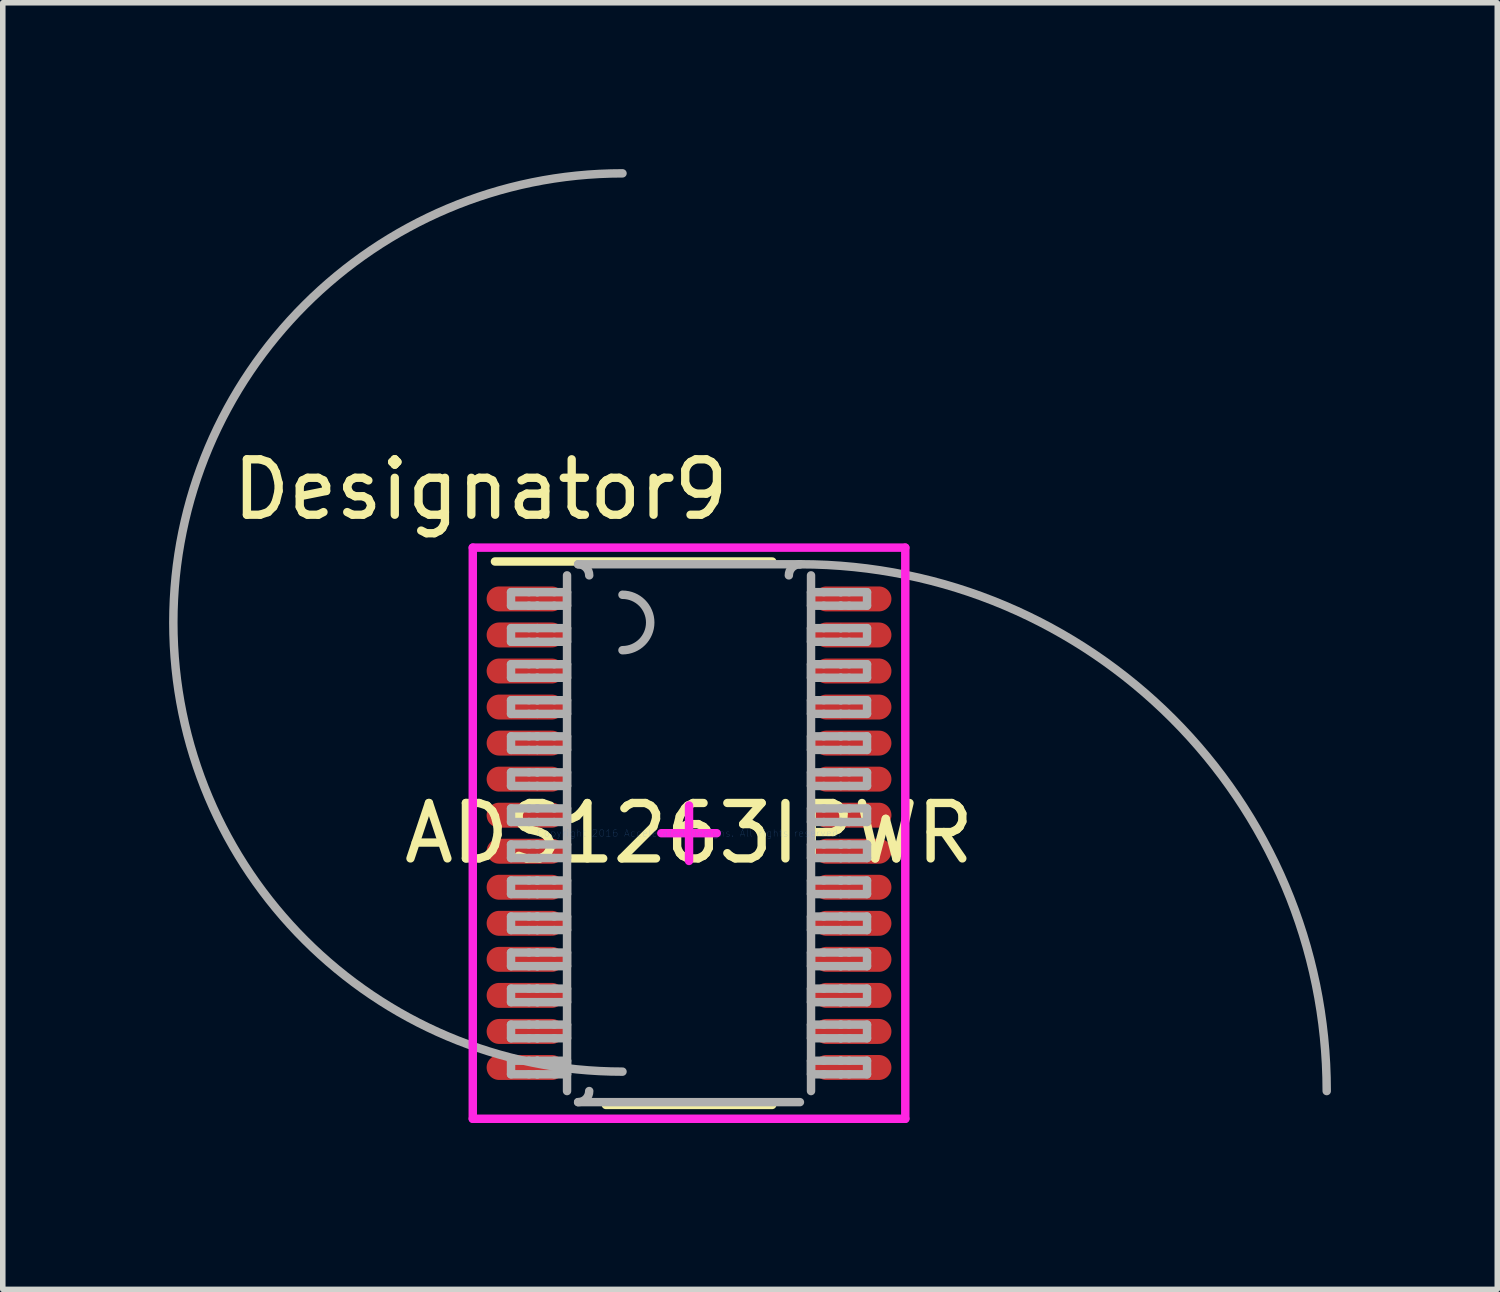
<source format=kicad_pcb>
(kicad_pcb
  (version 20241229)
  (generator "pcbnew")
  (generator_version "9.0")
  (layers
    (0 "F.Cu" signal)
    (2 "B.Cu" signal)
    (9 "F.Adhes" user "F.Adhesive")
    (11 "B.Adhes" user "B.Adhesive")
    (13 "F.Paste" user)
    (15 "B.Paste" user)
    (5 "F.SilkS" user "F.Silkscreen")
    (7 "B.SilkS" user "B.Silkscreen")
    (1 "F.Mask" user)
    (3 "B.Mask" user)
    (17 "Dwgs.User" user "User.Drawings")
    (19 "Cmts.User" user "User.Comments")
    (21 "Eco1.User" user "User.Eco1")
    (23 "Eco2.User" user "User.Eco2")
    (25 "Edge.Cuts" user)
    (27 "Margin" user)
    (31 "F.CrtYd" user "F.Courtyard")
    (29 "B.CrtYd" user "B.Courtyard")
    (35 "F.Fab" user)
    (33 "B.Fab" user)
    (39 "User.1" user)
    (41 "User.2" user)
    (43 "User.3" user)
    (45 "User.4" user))
  (footprint "ADS1263IPWR"
    (layer "F.Cu")
    (at 9.376 11.976)
    (property "Reference" "ADS1263IPWR" (at 0 0 0) (layer "F.SilkS") (effects (font (size 1 1) (thickness 0.15))))
    (attr through_hole)
    (fp_line (start -3.5 -4.9) (end 1.5 -4.9) (stroke (width 0.152) (type solid)) (layer "F.SilkS"))
    (fp_line (start -1.5 4.9) (end 1.5 4.9) (stroke (width 0.152) (type solid)) (layer "F.SilkS"))
    (fp_line (start -3.9 -5.15) (end 3.9 -5.15) (stroke (width 0.152) (type solid)) (layer "F.CrtYd"))
    (fp_line (start -3.9 5.15) (end -3.9 -5.15) (stroke (width 0.152) (type solid)) (layer "F.CrtYd"))
    (fp_line (start -3.9 5.15) (end 3.9 5.15) (stroke (width 0.152) (type solid)) (layer "F.CrtYd"))
    (fp_line (start -0.5 0) (end 0.5 0) (stroke (width 0.152) (type solid)) (layer "F.CrtYd"))
    (fp_line (start -0.000003 0.5) (end -0.000003 -0.5) (stroke (width 0.152) (type solid)) (layer "F.CrtYd"))
    (fp_line (start 3.9 5.15) (end 3.9 -5.15) (stroke (width 0.152) (type solid)) (layer "F.CrtYd"))
    (fp_line (start -3.21 -4.347) (end -2.887 -4.347) (stroke (width 0.152) (type solid)) (layer "F.Fab"))
    (fp_line (start -3.21 -4.103) (end -3.21 -4.347) (stroke (width 0.152) (type solid)) (layer "F.Fab"))
    (fp_line (start -3.21 -4.103) (end -2.887 -4.103) (stroke (width 0.152) (type solid)) (layer "F.Fab"))
    (fp_line (start -3.21 -3.698) (end -2.887 -3.698) (stroke (width 0.152) (type solid)) (layer "F.Fab"))
    (fp_line (start -3.21 -3.452) (end -3.21 -3.698) (stroke (width 0.152) (type solid)) (layer "F.Fab"))
    (fp_line (start -3.21 -3.452) (end -2.887 -3.452) (stroke (width 0.152) (type solid)) (layer "F.Fab"))
    (fp_line (start -3.21 -3.047) (end -2.887 -3.047) (stroke (width 0.152) (type solid)) (layer "F.Fab"))
    (fp_line (start -3.21 -2.803) (end -3.21 -3.047) (stroke (width 0.152) (type solid)) (layer "F.Fab"))
    (fp_line (start -3.21 -2.803) (end -2.887 -2.803) (stroke (width 0.152) (type solid)) (layer "F.Fab"))
    (fp_line (start -3.21 -2.398) (end -2.887 -2.398) (stroke (width 0.152) (type solid)) (layer "F.Fab"))
    (fp_line (start -3.21 -2.152) (end -3.21 -2.398) (stroke (width 0.152) (type solid)) (layer "F.Fab"))
    (fp_line (start -3.21 -2.152) (end -2.887 -2.152) (stroke (width 0.152) (type solid)) (layer "F.Fab"))
    (fp_line (start -3.21 -1.747) (end -2.887 -1.747) (stroke (width 0.152) (type solid)) (layer "F.Fab"))
    (fp_line (start -3.21 -1.502) (end -3.21 -1.747) (stroke (width 0.152) (type solid)) (layer "F.Fab"))
    (fp_line (start -3.21 -1.502) (end -2.887 -1.502) (stroke (width 0.152) (type solid)) (layer "F.Fab"))
    (fp_line (start -3.21 -1.098) (end -2.887 -1.098) (stroke (width 0.152) (type solid)) (layer "F.Fab"))
    (fp_line (start -3.21 -0.852) (end -3.21 -1.098) (stroke (width 0.152) (type solid)) (layer "F.Fab"))
    (fp_line (start -3.21 -0.852) (end -2.887 -0.852) (stroke (width 0.152) (type solid)) (layer "F.Fab"))
    (fp_line (start -3.21 -0.447) (end -2.887 -0.447) (stroke (width 0.152) (type solid)) (layer "F.Fab"))
    (fp_line (start -3.21 -0.202) (end -3.21 -0.447) (stroke (width 0.152) (type solid)) (layer "F.Fab"))
    (fp_line (start -3.21 -0.202) (end -2.887 -0.202) (stroke (width 0.152) (type solid)) (layer "F.Fab"))
    (fp_line (start -3.21 0.203) (end -2.887 0.203) (stroke (width 0.152) (type solid)) (layer "F.Fab"))
    (fp_line (start -3.21 0.448) (end -3.21 0.203) (stroke (width 0.152) (type solid)) (layer "F.Fab"))
    (fp_line (start -3.21 0.448) (end -2.887 0.448) (stroke (width 0.152) (type solid)) (layer "F.Fab"))
    (fp_line (start -3.21 0.853) (end -2.887 0.853) (stroke (width 0.152) (type solid)) (layer "F.Fab"))
    (fp_line (start -3.21 1.098) (end -3.21 0.853) (stroke (width 0.152) (type solid)) (layer "F.Fab"))
    (fp_line (start -3.21 1.098) (end -2.887 1.098) (stroke (width 0.152) (type solid)) (layer "F.Fab"))
    (fp_line (start -3.21 1.503) (end -2.887 1.503) (stroke (width 0.152) (type solid)) (layer "F.Fab"))
    (fp_line (start -3.21 1.747) (end -3.21 1.503) (stroke (width 0.152) (type solid)) (layer "F.Fab"))
    (fp_line (start -3.21 1.747) (end -2.887 1.747) (stroke (width 0.152) (type solid)) (layer "F.Fab"))
    (fp_line (start -3.21 2.152) (end -2.887 2.152) (stroke (width 0.152) (type solid)) (layer "F.Fab"))
    (fp_line (start -3.21 2.398) (end -3.21 2.152) (stroke (width 0.152) (type solid)) (layer "F.Fab"))
    (fp_line (start -3.21 2.398) (end -2.887 2.398) (stroke (width 0.152) (type solid)) (layer "F.Fab"))
    (fp_line (start -3.21 2.803) (end -2.887 2.803) (stroke (width 0.152) (type solid)) (layer "F.Fab"))
    (fp_line (start -3.21 3.047) (end -3.21 2.803) (stroke (width 0.152) (type solid)) (layer "F.Fab"))
    (fp_line (start -3.21 3.047) (end -2.887 3.047) (stroke (width 0.152) (type solid)) (layer "F.Fab"))
    (fp_line (start -3.21 3.452) (end -2.887 3.452) (stroke (width 0.152) (type solid)) (layer "F.Fab"))
    (fp_line (start -3.21 3.698) (end -3.21 3.452) (stroke (width 0.152) (type solid)) (layer "F.Fab"))
    (fp_line (start -3.21 3.698) (end -2.887 3.698) (stroke (width 0.152) (type solid)) (layer "F.Fab"))
    (fp_line (start -3.21 4.103) (end -2.887 4.103) (stroke (width 0.152) (type solid)) (layer "F.Fab"))
    (fp_line (start -3.21 4.348) (end -3.21 4.103) (stroke (width 0.152) (type solid)) (layer "F.Fab"))
    (fp_line (start -3.21 4.348) (end -2.887 4.348) (stroke (width 0.152) (type solid)) (layer "F.Fab"))
    (fp_line (start -2.887 -4.347) (end -2.739 -4.347) (stroke (width 0.152) (type solid)) (layer "F.Fab"))
    (fp_line (start -2.887 -4.103) (end -2.739 -4.103) (stroke (width 0.152) (type solid)) (layer "F.Fab"))
    (fp_line (start -2.887 -3.698) (end -2.739 -3.698) (stroke (width 0.152) (type solid)) (layer "F.Fab"))
    (fp_line (start -2.887 -3.452) (end -2.739 -3.452) (stroke (width 0.152) (type solid)) (layer "F.Fab"))
    (fp_line (start -2.887 -3.047) (end -2.739 -3.047) (stroke (width 0.152) (type solid)) (layer "F.Fab"))
    (fp_line (start -2.887 -2.803) (end -2.739 -2.803) (stroke (width 0.152) (type solid)) (layer "F.Fab"))
    (fp_line (start -2.887 -2.398) (end -2.739 -2.398) (stroke (width 0.152) (type solid)) (layer "F.Fab"))
    (fp_line (start -2.887 -2.152) (end -2.739 -2.152) (stroke (width 0.152) (type solid)) (layer "F.Fab"))
    (fp_line (start -2.887 -1.747) (end -2.739 -1.747) (stroke (width 0.152) (type solid)) (layer "F.Fab"))
    (fp_line (start -2.887 -1.502) (end -2.739 -1.502) (stroke (width 0.152) (type solid)) (layer "F.Fab"))
    (fp_line (start -2.887 -1.098) (end -2.739 -1.098) (stroke (width 0.152) (type solid)) (layer "F.Fab"))
    (fp_line (start -2.887 -0.852) (end -2.739 -0.852) (stroke (width 0.152) (type solid)) (layer "F.Fab"))
    (fp_line (start -2.887 -0.447) (end -2.739 -0.447) (stroke (width 0.152) (type solid)) (layer "F.Fab"))
    (fp_line (start -2.887 -0.202) (end -2.739 -0.202) (stroke (width 0.152) (type solid)) (layer "F.Fab"))
    (fp_line (start -2.887 0.203) (end -2.739 0.203) (stroke (width 0.152) (type solid)) (layer "F.Fab"))
    (fp_line (start -2.887 0.448) (end -2.739 0.448) (stroke (width 0.152) (type solid)) (layer "F.Fab"))
    (fp_line (start -2.887 0.853) (end -2.739 0.853) (stroke (width 0.152) (type solid)) (layer "F.Fab"))
    (fp_line (start -2.887 1.098) (end -2.739 1.098) (stroke (width 0.152) (type solid)) (layer "F.Fab"))
    (fp_line (start -2.887 1.503) (end -2.739 1.503) (stroke (width 0.152) (type solid)) (layer "F.Fab"))
    (fp_line (start -2.887 1.747) (end -2.739 1.747) (stroke (width 0.152) (type solid)) (layer "F.Fab"))
    (fp_line (start -2.887 2.152) (end -2.739 2.152) (stroke (width 0.152) (type solid)) (layer "F.Fab"))
    (fp_line (start -2.887 2.398) (end -2.739 2.398) (stroke (width 0.152) (type solid)) (layer "F.Fab"))
    (fp_line (start -2.887 2.803) (end -2.739 2.803) (stroke (width 0.152) (type solid)) (layer "F.Fab"))
    (fp_line (start -2.887 3.047) (end -2.739 3.047) (stroke (width 0.152) (type solid)) (layer "F.Fab"))
    (fp_line (start -2.887 3.452) (end -2.739 3.452) (stroke (width 0.152) (type solid)) (layer "F.Fab"))
    (fp_line (start -2.887 3.698) (end -2.739 3.698) (stroke (width 0.152) (type solid)) (layer "F.Fab"))
    (fp_line (start -2.887 4.103) (end -2.739 4.103) (stroke (width 0.152) (type solid)) (layer "F.Fab"))
    (fp_line (start -2.887 4.348) (end -2.739 4.348) (stroke (width 0.152) (type solid)) (layer "F.Fab"))
    (fp_line (start -2.739 -4.347) (end -2.733 -4.347) (stroke (width 0.152) (type solid)) (layer "F.Fab"))
    (fp_line (start -2.739 -4.103) (end -2.733 -4.103) (stroke (width 0.152) (type solid)) (layer "F.Fab"))
    (fp_line (start -2.739 -3.698) (end -2.733 -3.698) (stroke (width 0.152) (type solid)) (layer "F.Fab"))
    (fp_line (start -2.739 -3.452) (end -2.733 -3.452) (stroke (width 0.152) (type solid)) (layer "F.Fab"))
    (fp_line (start -2.739 -3.047) (end -2.733 -3.047) (stroke (width 0.152) (type solid)) (layer "F.Fab"))
    (fp_line (start -2.739 -2.803) (end -2.733 -2.803) (stroke (width 0.152) (type solid)) (layer "F.Fab"))
    (fp_line (start -2.739 -2.398) (end -2.733 -2.398) (stroke (width 0.152) (type solid)) (layer "F.Fab"))
    (fp_line (start -2.739 -2.152) (end -2.733 -2.152) (stroke (width 0.152) (type solid)) (layer "F.Fab"))
    (fp_line (start -2.739 -1.747) (end -2.733 -1.747) (stroke (width 0.152) (type solid)) (layer "F.Fab"))
    (fp_line (start -2.739 -1.502) (end -2.733 -1.502) (stroke (width 0.152) (type solid)) (layer "F.Fab"))
    (fp_line (start -2.739 -1.098) (end -2.733 -1.098) (stroke (width 0.152) (type solid)) (layer "F.Fab"))
    (fp_line (start -2.739 -0.852) (end -2.733 -0.852) (stroke (width 0.152) (type solid)) (layer "F.Fab"))
    (fp_line (start -2.739 -0.447) (end -2.733 -0.447) (stroke (width 0.152) (type solid)) (layer "F.Fab"))
    (fp_line (start -2.739 -0.202) (end -2.733 -0.202) (stroke (width 0.152) (type solid)) (layer "F.Fab"))
    (fp_line (start -2.739 0.203) (end -2.733 0.203) (stroke (width 0.152) (type solid)) (layer "F.Fab"))
    (fp_line (start -2.739 0.448) (end -2.733 0.448) (stroke (width 0.152) (type solid)) (layer "F.Fab"))
    (fp_line (start -2.739 0.853) (end -2.733 0.853) (stroke (width 0.152) (type solid)) (layer "F.Fab"))
    (fp_line (start -2.739 1.098) (end -2.733 1.098) (stroke (width 0.152) (type solid)) (layer "F.Fab"))
    (fp_line (start -2.739 1.503) (end -2.733 1.503) (stroke (width 0.152) (type solid)) (layer "F.Fab"))
    (fp_line (start -2.739 1.747) (end -2.733 1.747) (stroke (width 0.152) (type solid)) (layer "F.Fab"))
    (fp_line (start -2.739 2.152) (end -2.733 2.152) (stroke (width 0.152) (type solid)) (layer "F.Fab"))
    (fp_line (start -2.739 2.398) (end -2.733 2.398) (stroke (width 0.152) (type solid)) (layer "F.Fab"))
    (fp_line (start -2.739 2.803) (end -2.733 2.803) (stroke (width 0.152) (type solid)) (layer "F.Fab"))
    (fp_line (start -2.739 3.047) (end -2.733 3.047) (stroke (width 0.152) (type solid)) (layer "F.Fab"))
    (fp_line (start -2.739 3.452) (end -2.733 3.452) (stroke (width 0.152) (type solid)) (layer "F.Fab"))
    (fp_line (start -2.739 3.698) (end -2.733 3.698) (stroke (width 0.152) (type solid)) (layer "F.Fab"))
    (fp_line (start -2.739 4.103) (end -2.733 4.103) (stroke (width 0.152) (type solid)) (layer "F.Fab"))
    (fp_line (start -2.739 4.348) (end -2.733 4.348) (stroke (width 0.152) (type solid)) (layer "F.Fab"))
    (fp_line (start -2.733 -4.347) (end -2.431 -4.347) (stroke (width 0.152) (type solid)) (layer "F.Fab"))
    (fp_line (start -2.733 -4.103) (end -2.431 -4.103) (stroke (width 0.152) (type solid)) (layer "F.Fab"))
    (fp_line (start -2.733 -3.698) (end -2.431 -3.698) (stroke (width 0.152) (type solid)) (layer "F.Fab"))
    (fp_line (start -2.733 -3.452) (end -2.431 -3.452) (stroke (width 0.152) (type solid)) (layer "F.Fab"))
    (fp_line (start -2.733 -3.047) (end -2.431 -3.047) (stroke (width 0.152) (type solid)) (layer "F.Fab"))
    (fp_line (start -2.733 -2.803) (end -2.431 -2.803) (stroke (width 0.152) (type solid)) (layer "F.Fab"))
    (fp_line (start -2.733 -2.398) (end -2.431 -2.398) (stroke (width 0.152) (type solid)) (layer "F.Fab"))
    (fp_line (start -2.733 -2.152) (end -2.431 -2.152) (stroke (width 0.152) (type solid)) (layer "F.Fab"))
    (fp_line (start -2.733 -1.747) (end -2.431 -1.747) (stroke (width 0.152) (type solid)) (layer "F.Fab"))
    (fp_line (start -2.733 -1.502) (end -2.431 -1.502) (stroke (width 0.152) (type solid)) (layer "F.Fab"))
    (fp_line (start -2.733 -1.098) (end -2.431 -1.098) (stroke (width 0.152) (type solid)) (layer "F.Fab"))
    (fp_line (start -2.733 -0.852) (end -2.431 -0.852) (stroke (width 0.152) (type solid)) (layer "F.Fab"))
    (fp_line (start -2.733 -0.447) (end -2.431 -0.447) (stroke (width 0.152) (type solid)) (layer "F.Fab"))
    (fp_line (start -2.733 -0.202) (end -2.431 -0.202) (stroke (width 0.152) (type solid)) (layer "F.Fab"))
    (fp_line (start -2.733 0.203) (end -2.431 0.203) (stroke (width 0.152) (type solid)) (layer "F.Fab"))
    (fp_line (start -2.733 0.448) (end -2.431 0.448) (stroke (width 0.152) (type solid)) (layer "F.Fab"))
    (fp_line (start -2.733 0.853) (end -2.431 0.853) (stroke (width 0.152) (type solid)) (layer "F.Fab"))
    (fp_line (start -2.733 1.098) (end -2.431 1.098) (stroke (width 0.152) (type solid)) (layer "F.Fab"))
    (fp_line (start -2.733 1.503) (end -2.431 1.503) (stroke (width 0.152) (type solid)) (layer "F.Fab"))
    (fp_line (start -2.733 1.747) (end -2.431 1.747) (stroke (width 0.152) (type solid)) (layer "F.Fab"))
    (fp_line (start -2.733 2.152) (end -2.431 2.152) (stroke (width 0.152) (type solid)) (layer "F.Fab"))
    (fp_line (start -2.733 2.398) (end -2.431 2.398) (stroke (width 0.152) (type solid)) (layer "F.Fab"))
    (fp_line (start -2.733 2.803) (end -2.431 2.803) (stroke (width 0.152) (type solid)) (layer "F.Fab"))
    (fp_line (start -2.733 3.047) (end -2.431 3.047) (stroke (width 0.152) (type solid)) (layer "F.Fab"))
    (fp_line (start -2.733 3.452) (end -2.431 3.452) (stroke (width 0.152) (type solid)) (layer "F.Fab"))
    (fp_line (start -2.733 3.698) (end -2.431 3.698) (stroke (width 0.152) (type solid)) (layer "F.Fab"))
    (fp_line (start -2.733 4.103) (end -2.431 4.103) (stroke (width 0.152) (type solid)) (layer "F.Fab"))
    (fp_line (start -2.733 4.348) (end -2.431 4.348) (stroke (width 0.152) (type solid)) (layer "F.Fab"))
    (fp_line (start -2.431 -4.347) (end -2.2 -4.347) (stroke (width 0.152) (type solid)) (layer "F.Fab"))
    (fp_line (start -2.431 -4.103) (end -2.2 -4.103) (stroke (width 0.152) (type solid)) (layer "F.Fab"))
    (fp_line (start -2.431 -3.698) (end -2.2 -3.698) (stroke (width 0.152) (type solid)) (layer "F.Fab"))
    (fp_line (start -2.431 -3.452) (end -2.2 -3.452) (stroke (width 0.152) (type solid)) (layer "F.Fab"))
    (fp_line (start -2.431 -3.047) (end -2.2 -3.047) (stroke (width 0.152) (type solid)) (layer "F.Fab"))
    (fp_line (start -2.431 -2.803) (end -2.2 -2.803) (stroke (width 0.152) (type solid)) (layer "F.Fab"))
    (fp_line (start -2.431 -2.398) (end -2.2 -2.398) (stroke (width 0.152) (type solid)) (layer "F.Fab"))
    (fp_line (start -2.431 -2.152) (end -2.2 -2.152) (stroke (width 0.152) (type solid)) (layer "F.Fab"))
    (fp_line (start -2.431 -1.747) (end -2.2 -1.747) (stroke (width 0.152) (type solid)) (layer "F.Fab"))
    (fp_line (start -2.431 -1.502) (end -2.2 -1.502) (stroke (width 0.152) (type solid)) (layer "F.Fab"))
    (fp_line (start -2.431 -1.098) (end -2.2 -1.098) (stroke (width 0.152) (type solid)) (layer "F.Fab"))
    (fp_line (start -2.431 -0.852) (end -2.2 -0.852) (stroke (width 0.152) (type solid)) (layer "F.Fab"))
    (fp_line (start -2.431 -0.447) (end -2.2 -0.447) (stroke (width 0.152) (type solid)) (layer "F.Fab"))
    (fp_line (start -2.431 -0.202) (end -2.2 -0.202) (stroke (width 0.152) (type solid)) (layer "F.Fab"))
    (fp_line (start -2.431 0.203) (end -2.2 0.203) (stroke (width 0.152) (type solid)) (layer "F.Fab"))
    (fp_line (start -2.431 0.448) (end -2.2 0.448) (stroke (width 0.152) (type solid)) (layer "F.Fab"))
    (fp_line (start -2.431 0.853) (end -2.2 0.853) (stroke (width 0.152) (type solid)) (layer "F.Fab"))
    (fp_line (start -2.431 1.098) (end -2.2 1.098) (stroke (width 0.152) (type solid)) (layer "F.Fab"))
    (fp_line (start -2.431 1.503) (end -2.2 1.503) (stroke (width 0.152) (type solid)) (layer "F.Fab"))
    (fp_line (start -2.431 1.747) (end -2.2 1.747) (stroke (width 0.152) (type solid)) (layer "F.Fab"))
    (fp_line (start -2.431 2.152) (end -2.2 2.152) (stroke (width 0.152) (type solid)) (layer "F.Fab"))
    (fp_line (start -2.431 2.398) (end -2.2 2.398) (stroke (width 0.152) (type solid)) (layer "F.Fab"))
    (fp_line (start -2.431 2.803) (end -2.2 2.803) (stroke (width 0.152) (type solid)) (layer "F.Fab"))
    (fp_line (start -2.431 3.047) (end -2.2 3.047) (stroke (width 0.152) (type solid)) (layer "F.Fab"))
    (fp_line (start -2.431 3.452) (end -2.2 3.452) (stroke (width 0.152) (type solid)) (layer "F.Fab"))
    (fp_line (start -2.431 3.698) (end -2.2 3.698) (stroke (width 0.152) (type solid)) (layer "F.Fab"))
    (fp_line (start -2.431 4.103) (end -2.2 4.103) (stroke (width 0.152) (type solid)) (layer "F.Fab"))
    (fp_line (start -2.431 4.348) (end -2.2 4.348) (stroke (width 0.152) (type solid)) (layer "F.Fab"))
    (fp_line (start -2.2 -4.103) (end -2.2 -4.347) (stroke (width 0.152) (type solid)) (layer "F.Fab"))
    (fp_line (start -2.2 -3.452) (end -2.2 -3.698) (stroke (width 0.152) (type solid)) (layer "F.Fab"))
    (fp_line (start -2.2 -2.803) (end -2.2 -3.047) (stroke (width 0.152) (type solid)) (layer "F.Fab"))
    (fp_line (start -2.2 -2.152) (end -2.2 -2.398) (stroke (width 0.152) (type solid)) (layer "F.Fab"))
    (fp_line (start -2.2 -1.502) (end -2.2 -1.747) (stroke (width 0.152) (type solid)) (layer "F.Fab"))
    (fp_line (start -2.2 -0.852) (end -2.2 -1.098) (stroke (width 0.152) (type solid)) (layer "F.Fab"))
    (fp_line (start -2.2 -0.202) (end -2.2 -0.447) (stroke (width 0.152) (type solid)) (layer "F.Fab"))
    (fp_line (start -2.2 0.448) (end -2.2 0.203) (stroke (width 0.152) (type solid)) (layer "F.Fab"))
    (fp_line (start -2.2 1.098) (end -2.2 0.853) (stroke (width 0.152) (type solid)) (layer "F.Fab"))
    (fp_line (start -2.2 1.747) (end -2.2 1.503) (stroke (width 0.152) (type solid)) (layer "F.Fab"))
    (fp_line (start -2.2 2.398) (end -2.2 2.152) (stroke (width 0.152) (type solid)) (layer "F.Fab"))
    (fp_line (start -2.2 3.047) (end -2.2 2.803) (stroke (width 0.152) (type solid)) (layer "F.Fab"))
    (fp_line (start -2.2 3.698) (end -2.2 3.452) (stroke (width 0.152) (type solid)) (layer "F.Fab"))
    (fp_line (start -2.2 4.348) (end -2.2 4.103) (stroke (width 0.152) (type solid)) (layer "F.Fab"))
    (fp_line (start -2.2 4.65) (end -2.2 -4.65) (stroke (width 0.152) (type solid)) (layer "F.Fab"))
    (fp_line (start -2 -4.85) (end 2 -4.85) (stroke (width 0.152) (type solid)) (layer "F.Fab"))
    (fp_line (start -2 4.85) (end 2 4.85) (stroke (width 0.152) (type solid)) (layer "F.Fab"))
    (fp_line (start 2.2 -4.347) (end 2.43 -4.347) (stroke (width 0.152) (type solid)) (layer "F.Fab"))
    (fp_line (start 2.2 -4.103) (end 2.2 -4.347) (stroke (width 0.152) (type solid)) (layer "F.Fab"))
    (fp_line (start 2.2 -4.103) (end 2.43 -4.103) (stroke (width 0.152) (type solid)) (layer "F.Fab"))
    (fp_line (start 2.2 -3.698) (end 2.43 -3.698) (stroke (width 0.152) (type solid)) (layer "F.Fab"))
    (fp_line (start 2.2 -3.452) (end 2.2 -3.698) (stroke (width 0.152) (type solid)) (layer "F.Fab"))
    (fp_line (start 2.2 -3.452) (end 2.43 -3.452) (stroke (width 0.152) (type solid)) (layer "F.Fab"))
    (fp_line (start 2.2 -3.047) (end 2.43 -3.047) (stroke (width 0.152) (type solid)) (layer "F.Fab"))
    (fp_line (start 2.2 -2.803) (end 2.2 -3.047) (stroke (width 0.152) (type solid)) (layer "F.Fab"))
    (fp_line (start 2.2 -2.803) (end 2.43 -2.803) (stroke (width 0.152) (type solid)) (layer "F.Fab"))
    (fp_line (start 2.2 -2.398) (end 2.43 -2.398) (stroke (width 0.152) (type solid)) (layer "F.Fab"))
    (fp_line (start 2.2 -2.152) (end 2.2 -2.398) (stroke (width 0.152) (type solid)) (layer "F.Fab"))
    (fp_line (start 2.2 -2.152) (end 2.43 -2.152) (stroke (width 0.152) (type solid)) (layer "F.Fab"))
    (fp_line (start 2.2 -1.747) (end 2.43 -1.747) (stroke (width 0.152) (type solid)) (layer "F.Fab"))
    (fp_line (start 2.2 -1.502) (end 2.2 -1.747) (stroke (width 0.152) (type solid)) (layer "F.Fab"))
    (fp_line (start 2.2 -1.502) (end 2.43 -1.502) (stroke (width 0.152) (type solid)) (layer "F.Fab"))
    (fp_line (start 2.2 -1.098) (end 2.43 -1.098) (stroke (width 0.152) (type solid)) (layer "F.Fab"))
    (fp_line (start 2.2 -0.852) (end 2.2 -1.098) (stroke (width 0.152) (type solid)) (layer "F.Fab"))
    (fp_line (start 2.2 -0.852) (end 2.43 -0.852) (stroke (width 0.152) (type solid)) (layer "F.Fab"))
    (fp_line (start 2.2 -0.447) (end 2.43 -0.447) (stroke (width 0.152) (type solid)) (layer "F.Fab"))
    (fp_line (start 2.2 -0.202) (end 2.2 -0.447) (stroke (width 0.152) (type solid)) (layer "F.Fab"))
    (fp_line (start 2.2 -0.202) (end 2.43 -0.202) (stroke (width 0.152) (type solid)) (layer "F.Fab"))
    (fp_line (start 2.2 0.203) (end 2.43 0.203) (stroke (width 0.152) (type solid)) (layer "F.Fab"))
    (fp_line (start 2.2 0.448) (end 2.2 0.203) (stroke (width 0.152) (type solid)) (layer "F.Fab"))
    (fp_line (start 2.2 0.448) (end 2.43 0.448) (stroke (width 0.152) (type solid)) (layer "F.Fab"))
    (fp_line (start 2.2 0.853) (end 2.43 0.853) (stroke (width 0.152) (type solid)) (layer "F.Fab"))
    (fp_line (start 2.2 1.098) (end 2.2 0.853) (stroke (width 0.152) (type solid)) (layer "F.Fab"))
    (fp_line (start 2.2 1.098) (end 2.43 1.098) (stroke (width 0.152) (type solid)) (layer "F.Fab"))
    (fp_line (start 2.2 1.503) (end 2.43 1.503) (stroke (width 0.152) (type solid)) (layer "F.Fab"))
    (fp_line (start 2.2 1.747) (end 2.2 1.503) (stroke (width 0.152) (type solid)) (layer "F.Fab"))
    (fp_line (start 2.2 1.747) (end 2.43 1.747) (stroke (width 0.152) (type solid)) (layer "F.Fab"))
    (fp_line (start 2.2 2.152) (end 2.43 2.152) (stroke (width 0.152) (type solid)) (layer "F.Fab"))
    (fp_line (start 2.2 2.398) (end 2.2 2.152) (stroke (width 0.152) (type solid)) (layer "F.Fab"))
    (fp_line (start 2.2 2.398) (end 2.43 2.398) (stroke (width 0.152) (type solid)) (layer "F.Fab"))
    (fp_line (start 2.2 2.803) (end 2.43 2.803) (stroke (width 0.152) (type solid)) (layer "F.Fab"))
    (fp_line (start 2.2 3.047) (end 2.2 2.803) (stroke (width 0.152) (type solid)) (layer "F.Fab"))
    (fp_line (start 2.2 3.047) (end 2.43 3.047) (stroke (width 0.152) (type solid)) (layer "F.Fab"))
    (fp_line (start 2.2 3.452) (end 2.43 3.452) (stroke (width 0.152) (type solid)) (layer "F.Fab"))
    (fp_line (start 2.2 3.698) (end 2.2 3.452) (stroke (width 0.152) (type solid)) (layer "F.Fab"))
    (fp_line (start 2.2 3.698) (end 2.43 3.698) (stroke (width 0.152) (type solid)) (layer "F.Fab"))
    (fp_line (start 2.2 4.103) (end 2.43 4.103) (stroke (width 0.152) (type solid)) (layer "F.Fab"))
    (fp_line (start 2.2 4.348) (end 2.2 4.103) (stroke (width 0.152) (type solid)) (layer "F.Fab"))
    (fp_line (start 2.2 4.348) (end 2.43 4.348) (stroke (width 0.152) (type solid)) (layer "F.Fab"))
    (fp_line (start 2.2 4.65) (end 2.2 -4.65) (stroke (width 0.152) (type solid)) (layer "F.Fab"))
    (fp_line (start 2.43 -4.347) (end 2.733 -4.347) (stroke (width 0.152) (type solid)) (layer "F.Fab"))
    (fp_line (start 2.43 -4.103) (end 2.733 -4.103) (stroke (width 0.152) (type solid)) (layer "F.Fab"))
    (fp_line (start 2.43 -3.698) (end 2.733 -3.698) (stroke (width 0.152) (type solid)) (layer "F.Fab"))
    (fp_line (start 2.43 -3.452) (end 2.733 -3.452) (stroke (width 0.152) (type solid)) (layer "F.Fab"))
    (fp_line (start 2.43 -3.047) (end 2.733 -3.047) (stroke (width 0.152) (type solid)) (layer "F.Fab"))
    (fp_line (start 2.43 -2.803) (end 2.733 -2.803) (stroke (width 0.152) (type solid)) (layer "F.Fab"))
    (fp_line (start 2.43 -2.398) (end 2.733 -2.398) (stroke (width 0.152) (type solid)) (layer "F.Fab"))
    (fp_line (start 2.43 -2.152) (end 2.733 -2.152) (stroke (width 0.152) (type solid)) (layer "F.Fab"))
    (fp_line (start 2.43 -1.747) (end 2.733 -1.747) (stroke (width 0.152) (type solid)) (layer "F.Fab"))
    (fp_line (start 2.43 -1.502) (end 2.733 -1.502) (stroke (width 0.152) (type solid)) (layer "F.Fab"))
    (fp_line (start 2.43 -1.098) (end 2.733 -1.098) (stroke (width 0.152) (type solid)) (layer "F.Fab"))
    (fp_line (start 2.43 -0.852) (end 2.733 -0.852) (stroke (width 0.152) (type solid)) (layer "F.Fab"))
    (fp_line (start 2.43 -0.447) (end 2.733 -0.447) (stroke (width 0.152) (type solid)) (layer "F.Fab"))
    (fp_line (start 2.43 -0.202) (end 2.733 -0.202) (stroke (width 0.152) (type solid)) (layer "F.Fab"))
    (fp_line (start 2.43 0.203) (end 2.733 0.203) (stroke (width 0.152) (type solid)) (layer "F.Fab"))
    (fp_line (start 2.43 0.448) (end 2.733 0.448) (stroke (width 0.152) (type solid)) (layer "F.Fab"))
    (fp_line (start 2.43 0.853) (end 2.733 0.853) (stroke (width 0.152) (type solid)) (layer "F.Fab"))
    (fp_line (start 2.43 1.098) (end 2.733 1.098) (stroke (width 0.152) (type solid)) (layer "F.Fab"))
    (fp_line (start 2.43 1.503) (end 2.733 1.503) (stroke (width 0.152) (type solid)) (layer "F.Fab"))
    (fp_line (start 2.43 1.747) (end 2.733 1.747) (stroke (width 0.152) (type solid)) (layer "F.Fab"))
    (fp_line (start 2.43 2.152) (end 2.733 2.152) (stroke (width 0.152) (type solid)) (layer "F.Fab"))
    (fp_line (start 2.43 2.398) (end 2.733 2.398) (stroke (width 0.152) (type solid)) (layer "F.Fab"))
    (fp_line (start 2.43 2.803) (end 2.733 2.803) (stroke (width 0.152) (type solid)) (layer "F.Fab"))
    (fp_line (start 2.43 3.047) (end 2.733 3.047) (stroke (width 0.152) (type solid)) (layer "F.Fab"))
    (fp_line (start 2.43 3.452) (end 2.733 3.452) (stroke (width 0.152) (type solid)) (layer "F.Fab"))
    (fp_line (start 2.43 3.698) (end 2.733 3.698) (stroke (width 0.152) (type solid)) (layer "F.Fab"))
    (fp_line (start 2.43 4.103) (end 2.733 4.103) (stroke (width 0.152) (type solid)) (layer "F.Fab"))
    (fp_line (start 2.43 4.348) (end 2.733 4.348) (stroke (width 0.152) (type solid)) (layer "F.Fab"))
    (fp_line (start 2.733 -4.347) (end 2.739 -4.347) (stroke (width 0.152) (type solid)) (layer "F.Fab"))
    (fp_line (start 2.733 -4.103) (end 2.739 -4.103) (stroke (width 0.152) (type solid)) (layer "F.Fab"))
    (fp_line (start 2.733 -3.698) (end 2.739 -3.698) (stroke (width 0.152) (type solid)) (layer "F.Fab"))
    (fp_line (start 2.733 -3.452) (end 2.739 -3.452) (stroke (width 0.152) (type solid)) (layer "F.Fab"))
    (fp_line (start 2.733 -3.047) (end 2.739 -3.047) (stroke (width 0.152) (type solid)) (layer "F.Fab"))
    (fp_line (start 2.733 -2.803) (end 2.739 -2.803) (stroke (width 0.152) (type solid)) (layer "F.Fab"))
    (fp_line (start 2.733 -2.398) (end 2.739 -2.398) (stroke (width 0.152) (type solid)) (layer "F.Fab"))
    (fp_line (start 2.733 -2.152) (end 2.739 -2.152) (stroke (width 0.152) (type solid)) (layer "F.Fab"))
    (fp_line (start 2.733 -1.747) (end 2.739 -1.747) (stroke (width 0.152) (type solid)) (layer "F.Fab"))
    (fp_line (start 2.733 -1.502) (end 2.739 -1.502) (stroke (width 0.152) (type solid)) (layer "F.Fab"))
    (fp_line (start 2.733 -1.098) (end 2.739 -1.098) (stroke (width 0.152) (type solid)) (layer "F.Fab"))
    (fp_line (start 2.733 -0.852) (end 2.739 -0.852) (stroke (width 0.152) (type solid)) (layer "F.Fab"))
    (fp_line (start 2.733 -0.447) (end 2.739 -0.447) (stroke (width 0.152) (type solid)) (layer "F.Fab"))
    (fp_line (start 2.733 -0.202) (end 2.739 -0.202) (stroke (width 0.152) (type solid)) (layer "F.Fab"))
    (fp_line (start 2.733 0.203) (end 2.739 0.203) (stroke (width 0.152) (type solid)) (layer "F.Fab"))
    (fp_line (start 2.733 0.448) (end 2.739 0.448) (stroke (width 0.152) (type solid)) (layer "F.Fab"))
    (fp_line (start 2.733 0.853) (end 2.739 0.853) (stroke (width 0.152) (type solid)) (layer "F.Fab"))
    (fp_line (start 2.733 1.098) (end 2.739 1.098) (stroke (width 0.152) (type solid)) (layer "F.Fab"))
    (fp_line (start 2.733 1.503) (end 2.739 1.503) (stroke (width 0.152) (type solid)) (layer "F.Fab"))
    (fp_line (start 2.733 1.747) (end 2.739 1.747) (stroke (width 0.152) (type solid)) (layer "F.Fab"))
    (fp_line (start 2.733 2.152) (end 2.739 2.152) (stroke (width 0.152) (type solid)) (layer "F.Fab"))
    (fp_line (start 2.733 2.398) (end 2.739 2.398) (stroke (width 0.152) (type solid)) (layer "F.Fab"))
    (fp_line (start 2.733 2.803) (end 2.739 2.803) (stroke (width 0.152) (type solid)) (layer "F.Fab"))
    (fp_line (start 2.733 3.047) (end 2.739 3.047) (stroke (width 0.152) (type solid)) (layer "F.Fab"))
    (fp_line (start 2.733 3.452) (end 2.739 3.452) (stroke (width 0.152) (type solid)) (layer "F.Fab"))
    (fp_line (start 2.733 3.698) (end 2.739 3.698) (stroke (width 0.152) (type solid)) (layer "F.Fab"))
    (fp_line (start 2.733 4.103) (end 2.739 4.103) (stroke (width 0.152) (type solid)) (layer "F.Fab"))
    (fp_line (start 2.733 4.348) (end 2.739 4.348) (stroke (width 0.152) (type solid)) (layer "F.Fab"))
    (fp_line (start 2.739 -4.347) (end 2.887 -4.347) (stroke (width 0.152) (type solid)) (layer "F.Fab"))
    (fp_line (start 2.739 -4.103) (end 2.887 -4.103) (stroke (width 0.152) (type solid)) (layer "F.Fab"))
    (fp_line (start 2.739 -3.698) (end 2.887 -3.698) (stroke (width 0.152) (type solid)) (layer "F.Fab"))
    (fp_line (start 2.739 -3.452) (end 2.887 -3.452) (stroke (width 0.152) (type solid)) (layer "F.Fab"))
    (fp_line (start 2.739 -3.047) (end 2.887 -3.047) (stroke (width 0.152) (type solid)) (layer "F.Fab"))
    (fp_line (start 2.739 -2.803) (end 2.887 -2.803) (stroke (width 0.152) (type solid)) (layer "F.Fab"))
    (fp_line (start 2.739 -2.398) (end 2.887 -2.398) (stroke (width 0.152) (type solid)) (layer "F.Fab"))
    (fp_line (start 2.739 -2.152) (end 2.887 -2.152) (stroke (width 0.152) (type solid)) (layer "F.Fab"))
    (fp_line (start 2.739 -1.747) (end 2.887 -1.747) (stroke (width 0.152) (type solid)) (layer "F.Fab"))
    (fp_line (start 2.739 -1.502) (end 2.887 -1.502) (stroke (width 0.152) (type solid)) (layer "F.Fab"))
    (fp_line (start 2.739 -1.098) (end 2.887 -1.098) (stroke (width 0.152) (type solid)) (layer "F.Fab"))
    (fp_line (start 2.739 -0.852) (end 2.887 -0.852) (stroke (width 0.152) (type solid)) (layer "F.Fab"))
    (fp_line (start 2.739 -0.447) (end 2.887 -0.447) (stroke (width 0.152) (type solid)) (layer "F.Fab"))
    (fp_line (start 2.739 -0.202) (end 2.887 -0.202) (stroke (width 0.152) (type solid)) (layer "F.Fab"))
    (fp_line (start 2.739 0.203) (end 2.887 0.203) (stroke (width 0.152) (type solid)) (layer "F.Fab"))
    (fp_line (start 2.739 0.448) (end 2.887 0.448) (stroke (width 0.152) (type solid)) (layer "F.Fab"))
    (fp_line (start 2.739 0.853) (end 2.887 0.853) (stroke (width 0.152) (type solid)) (layer "F.Fab"))
    (fp_line (start 2.739 1.098) (end 2.887 1.098) (stroke (width 0.152) (type solid)) (layer "F.Fab"))
    (fp_line (start 2.739 1.503) (end 2.887 1.503) (stroke (width 0.152) (type solid)) (layer "F.Fab"))
    (fp_line (start 2.739 1.747) (end 2.887 1.747) (stroke (width 0.152) (type solid)) (layer "F.Fab"))
    (fp_line (start 2.739 2.152) (end 2.887 2.152) (stroke (width 0.152) (type solid)) (layer "F.Fab"))
    (fp_line (start 2.739 2.398) (end 2.887 2.398) (stroke (width 0.152) (type solid)) (layer "F.Fab"))
    (fp_line (start 2.739 2.803) (end 2.887 2.803) (stroke (width 0.152) (type solid)) (layer "F.Fab"))
    (fp_line (start 2.739 3.047) (end 2.887 3.047) (stroke (width 0.152) (type solid)) (layer "F.Fab"))
    (fp_line (start 2.739 3.452) (end 2.887 3.452) (stroke (width 0.152) (type solid)) (layer "F.Fab"))
    (fp_line (start 2.739 3.698) (end 2.887 3.698) (stroke (width 0.152) (type solid)) (layer "F.Fab"))
    (fp_line (start 2.739 4.103) (end 2.887 4.103) (stroke (width 0.152) (type solid)) (layer "F.Fab"))
    (fp_line (start 2.739 4.348) (end 2.887 4.348) (stroke (width 0.152) (type solid)) (layer "F.Fab"))
    (fp_line (start 2.887 -4.347) (end 3.21 -4.347) (stroke (width 0.152) (type solid)) (layer "F.Fab"))
    (fp_line (start 2.887 -4.103) (end 3.21 -4.103) (stroke (width 0.152) (type solid)) (layer "F.Fab"))
    (fp_line (start 2.887 -3.698) (end 3.21 -3.698) (stroke (width 0.152) (type solid)) (layer "F.Fab"))
    (fp_line (start 2.887 -3.452) (end 3.21 -3.452) (stroke (width 0.152) (type solid)) (layer "F.Fab"))
    (fp_line (start 2.887 -3.047) (end 3.21 -3.047) (stroke (width 0.152) (type solid)) (layer "F.Fab"))
    (fp_line (start 2.887 -2.803) (end 3.21 -2.803) (stroke (width 0.152) (type solid)) (layer "F.Fab"))
    (fp_line (start 2.887 -2.398) (end 3.21 -2.398) (stroke (width 0.152) (type solid)) (layer "F.Fab"))
    (fp_line (start 2.887 -2.152) (end 3.21 -2.152) (stroke (width 0.152) (type solid)) (layer "F.Fab"))
    (fp_line (start 2.887 -1.747) (end 3.21 -1.747) (stroke (width 0.152) (type solid)) (layer "F.Fab"))
    (fp_line (start 2.887 -1.502) (end 3.21 -1.502) (stroke (width 0.152) (type solid)) (layer "F.Fab"))
    (fp_line (start 2.887 -1.098) (end 3.21 -1.098) (stroke (width 0.152) (type solid)) (layer "F.Fab"))
    (fp_line (start 2.887 -0.852) (end 3.21 -0.852) (stroke (width 0.152) (type solid)) (layer "F.Fab"))
    (fp_line (start 2.887 -0.447) (end 3.21 -0.447) (stroke (width 0.152) (type solid)) (layer "F.Fab"))
    (fp_line (start 2.887 -0.202) (end 3.21 -0.202) (stroke (width 0.152) (type solid)) (layer "F.Fab"))
    (fp_line (start 2.887 0.203) (end 3.21 0.203) (stroke (width 0.152) (type solid)) (layer "F.Fab"))
    (fp_line (start 2.887 0.448) (end 3.21 0.448) (stroke (width 0.152) (type solid)) (layer "F.Fab"))
    (fp_line (start 2.887 0.853) (end 3.21 0.853) (stroke (width 0.152) (type solid)) (layer "F.Fab"))
    (fp_line (start 2.887 1.098) (end 3.21 1.098) (stroke (width 0.152) (type solid)) (layer "F.Fab"))
    (fp_line (start 2.887 1.503) (end 3.21 1.503) (stroke (width 0.152) (type solid)) (layer "F.Fab"))
    (fp_line (start 2.887 1.747) (end 3.21 1.747) (stroke (width 0.152) (type solid)) (layer "F.Fab"))
    (fp_line (start 2.887 2.152) (end 3.21 2.152) (stroke (width 0.152) (type solid)) (layer "F.Fab"))
    (fp_line (start 2.887 2.398) (end 3.21 2.398) (stroke (width 0.152) (type solid)) (layer "F.Fab"))
    (fp_line (start 2.887 2.803) (end 3.21 2.803) (stroke (width 0.152) (type solid)) (layer "F.Fab"))
    (fp_line (start 2.887 3.047) (end 3.21 3.047) (stroke (width 0.152) (type solid)) (layer "F.Fab"))
    (fp_line (start 2.887 3.452) (end 3.21 3.452) (stroke (width 0.152) (type solid)) (layer "F.Fab"))
    (fp_line (start 2.887 3.698) (end 3.21 3.698) (stroke (width 0.152) (type solid)) (layer "F.Fab"))
    (fp_line (start 2.887 4.103) (end 3.21 4.103) (stroke (width 0.152) (type solid)) (layer "F.Fab"))
    (fp_line (start 2.887 4.348) (end 3.21 4.348) (stroke (width 0.152) (type solid)) (layer "F.Fab"))
    (fp_line (start 3.21 -4.103) (end 3.21 -4.347) (stroke (width 0.152) (type solid)) (layer "F.Fab"))
    (fp_line (start 3.21 -3.452) (end 3.21 -3.698) (stroke (width 0.152) (type solid)) (layer "F.Fab"))
    (fp_line (start 3.21 -2.803) (end 3.21 -3.047) (stroke (width 0.152) (type solid)) (layer "F.Fab"))
    (fp_line (start 3.21 -2.152) (end 3.21 -2.398) (stroke (width 0.152) (type solid)) (layer "F.Fab"))
    (fp_line (start 3.21 -1.502) (end 3.21 -1.747) (stroke (width 0.152) (type solid)) (layer "F.Fab"))
    (fp_line (start 3.21 -0.852) (end 3.21 -1.098) (stroke (width 0.152) (type solid)) (layer "F.Fab"))
    (fp_line (start 3.21 -0.202) (end 3.21 -0.447) (stroke (width 0.152) (type solid)) (layer "F.Fab"))
    (fp_line (start 3.21 0.448) (end 3.21 0.203) (stroke (width 0.152) (type solid)) (layer "F.Fab"))
    (fp_line (start 3.21 1.098) (end 3.21 0.853) (stroke (width 0.152) (type solid)) (layer "F.Fab"))
    (fp_line (start 3.21 1.747) (end 3.21 1.503) (stroke (width 0.152) (type solid)) (layer "F.Fab"))
    (fp_line (start 3.21 2.398) (end 3.21 2.152) (stroke (width 0.152) (type solid)) (layer "F.Fab"))
    (fp_line (start 3.21 3.047) (end 3.21 2.803) (stroke (width 0.152) (type solid)) (layer "F.Fab"))
    (fp_line (start 3.21 3.698) (end 3.21 3.452) (stroke (width 0.152) (type solid)) (layer "F.Fab"))
    (fp_line (start 3.21 4.348) (end 3.21 4.103) (stroke (width 0.152) (type solid)) (layer "F.Fab"))
    (fp_arc (start -2.000001 -4.85) (mid -1.85858 -4.791422) (end -1.800002 -4.650001) (stroke (width 0.1524) (type solid)) (layer "F.Fab"))
    (fp_arc (start -1.800001 4.650006) (mid -1.85858 4.791427) (end -2.000001 4.850006) (stroke (width 0.1524) (type solid)) (layer "F.Fab"))
    (fp_arc (start -1.200003 -4.299989) (mid -0.700004 -3.79999) (end -1.200003 -3.299991) (stroke (width 0.1524) (type solid)) (layer "F.Fab"))
    (fp_arc (start -1.200003 4.299989) (mid -9.299982 -3.79999) (end -1.200003 -11.899969) (stroke (width 0.1524) (type solid)) (layer "F.Fab"))
    (fp_arc (start 1.799991 -4.650001) (mid 1.85857 -4.791422) (end 1.999991 -4.850001) (stroke (width 0.1524) (type solid)) (layer "F.Fab"))
    (fp_arc (start 1.999991 -4.850006) (mid 8.717514 -2.067517) (end 11.500003 4.650006) (stroke (width 0.1524) (type solid)) (layer "F.Fab"))
    (fp_text user "Designator9" (at -3.759 -6.198 0) (layer "F.SilkS") (effects (font (size 1 1) (thickness 0.15))))
    (fp_text user "Copyright 2016 Accelerated Designs. All rights reserved." (at 0 0 0) (layer "Cmts.User") (effects (font (size 0.127 0.127) (thickness 0.002))))
    (pad "1" smd oval (at -2.95 -4.225 90) (size 0.45 1.4) (layers "F.Cu" "F.Mask" "F.Paste"))
    (pad "2" smd oval (at -2.95 -3.575 90) (size 0.45 1.4) (layers "F.Cu" "F.Mask" "F.Paste"))
    (pad "3" smd oval (at -2.95 -2.925 90) (size 0.45 1.4) (layers "F.Cu" "F.Mask" "F.Paste"))
    (pad "4" smd oval (at -2.95 -2.275 90) (size 0.45 1.4) (layers "F.Cu" "F.Mask" "F.Paste"))
    (pad "5" smd oval (at -2.95 -1.625 90) (size 0.45 1.4) (layers "F.Cu" "F.Mask" "F.Paste"))
    (pad "6" smd oval (at -2.95 -0.975 90) (size 0.45 1.4) (layers "F.Cu" "F.Mask" "F.Paste"))
    (pad "7" smd oval (at -2.95 -0.325 90) (size 0.45 1.4) (layers "F.Cu" "F.Mask" "F.Paste"))
    (pad "8" smd oval (at -2.95 0.325 90) (size 0.45 1.4) (layers "F.Cu" "F.Mask" "F.Paste"))
    (pad "9" smd oval (at -2.95 0.975 90) (size 0.45 1.4) (layers "F.Cu" "F.Mask" "F.Paste"))
    (pad "10" smd oval (at -2.95 1.625 90) (size 0.45 1.4) (layers "F.Cu" "F.Mask" "F.Paste"))
    (pad "11" smd oval (at -2.95 2.275 90) (size 0.45 1.4) (layers "F.Cu" "F.Mask" "F.Paste"))
    (pad "12" smd oval (at -2.95 2.925 90) (size 0.45 1.4) (layers "F.Cu" "F.Mask" "F.Paste"))
    (pad "13" smd oval (at -2.95 3.575 90) (size 0.45 1.4) (layers "F.Cu" "F.Mask" "F.Paste"))
    (pad "14" smd oval (at -2.95 4.225 90) (size 0.45 1.4) (layers "F.Cu" "F.Mask" "F.Paste"))
    (pad "15" smd oval (at 2.95 4.225 90) (size 0.45 1.4) (layers "F.Cu" "F.Mask" "F.Paste"))
    (pad "16" smd oval (at 2.95 3.575 90) (size 0.45 1.4) (layers "F.Cu" "F.Mask" "F.Paste"))
    (pad "17" smd oval (at 2.95 2.925 90) (size 0.45 1.4) (layers "F.Cu" "F.Mask" "F.Paste"))
    (pad "18" smd oval (at 2.95 2.275 90) (size 0.45 1.4) (layers "F.Cu" "F.Mask" "F.Paste"))
    (pad "19" smd oval (at 2.95 1.625 90) (size 0.45 1.4) (layers "F.Cu" "F.Mask" "F.Paste"))
    (pad "20" smd oval (at 2.95 0.975 90) (size 0.45 1.4) (layers "F.Cu" "F.Mask" "F.Paste"))
    (pad "21" smd oval (at 2.95 0.325 90) (size 0.45 1.4) (layers "F.Cu" "F.Mask" "F.Paste"))
    (pad "22" smd oval (at 2.95 -0.325 90) (size 0.45 1.4) (layers "F.Cu" "F.Mask" "F.Paste"))
    (pad "23" smd oval (at 2.95 -0.975 90) (size 0.45 1.4) (layers "F.Cu" "F.Mask" "F.Paste"))
    (pad "24" smd oval (at 2.95 -1.625 90) (size 0.45 1.4) (layers "F.Cu" "F.Mask" "F.Paste"))
    (pad "25" smd oval (at 2.95 -2.275 90) (size 0.45 1.4) (layers "F.Cu" "F.Mask" "F.Paste"))
    (pad "26" smd oval (at 2.95 -2.925 90) (size 0.45 1.4) (layers "F.Cu" "F.Mask" "F.Paste"))
    (pad "27" smd oval (at 2.95 -3.575 90) (size 0.45 1.4) (layers "F.Cu" "F.Mask" "F.Paste"))
    (pad "28" smd oval (at 2.95 -4.225 90) (size 0.45 1.4) (layers "F.Cu" "F.Mask" "F.Paste")))
  (gr_rect
    (start -3 -3)
    (end 23.952 20.202)
    (stroke (width 0.1) (type default))
    (fill no)
    (layer "Edge.Cuts")))
</source>
